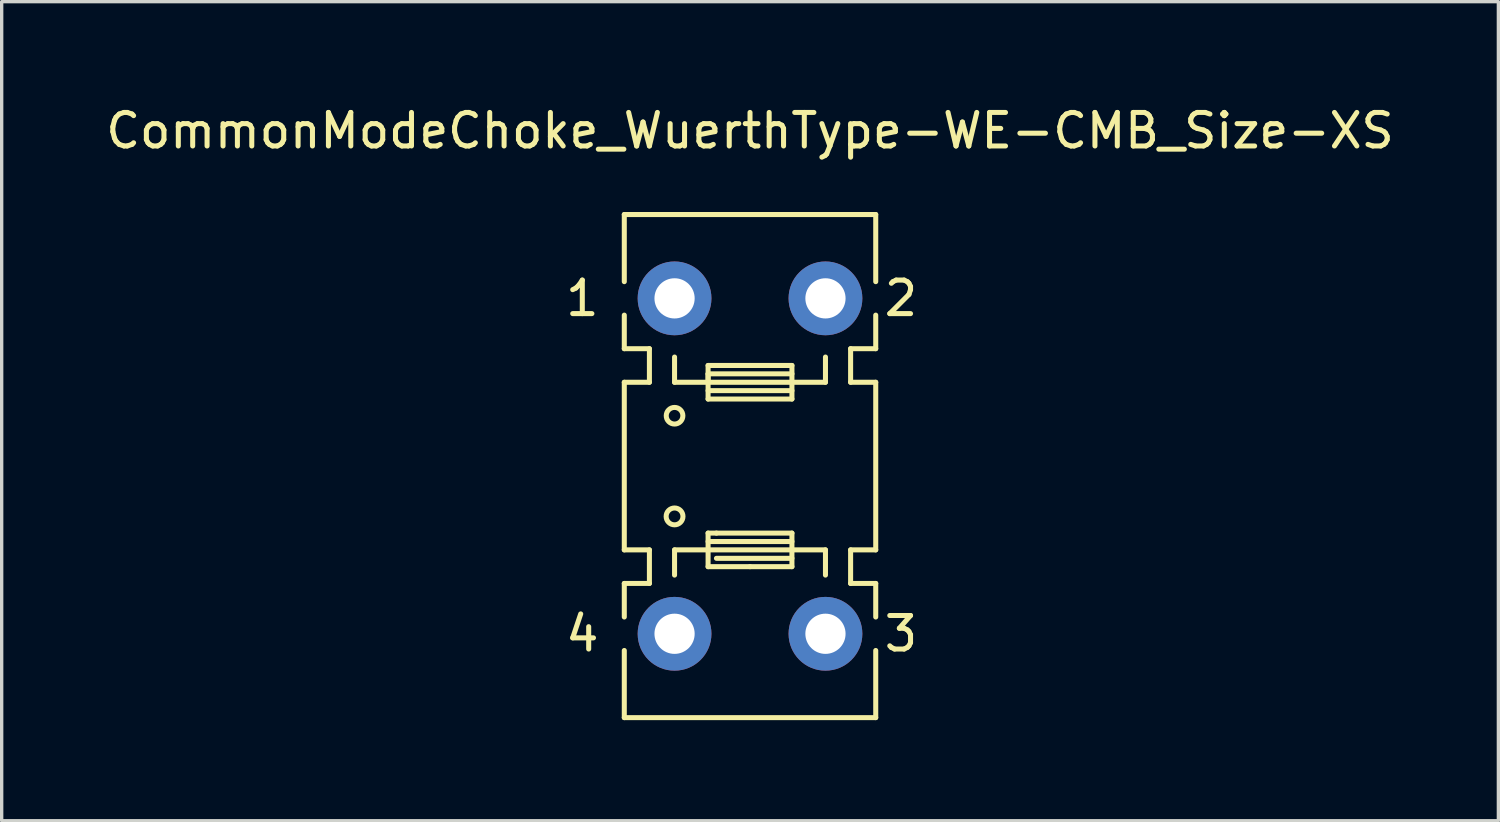
<source format=kicad_pcb>
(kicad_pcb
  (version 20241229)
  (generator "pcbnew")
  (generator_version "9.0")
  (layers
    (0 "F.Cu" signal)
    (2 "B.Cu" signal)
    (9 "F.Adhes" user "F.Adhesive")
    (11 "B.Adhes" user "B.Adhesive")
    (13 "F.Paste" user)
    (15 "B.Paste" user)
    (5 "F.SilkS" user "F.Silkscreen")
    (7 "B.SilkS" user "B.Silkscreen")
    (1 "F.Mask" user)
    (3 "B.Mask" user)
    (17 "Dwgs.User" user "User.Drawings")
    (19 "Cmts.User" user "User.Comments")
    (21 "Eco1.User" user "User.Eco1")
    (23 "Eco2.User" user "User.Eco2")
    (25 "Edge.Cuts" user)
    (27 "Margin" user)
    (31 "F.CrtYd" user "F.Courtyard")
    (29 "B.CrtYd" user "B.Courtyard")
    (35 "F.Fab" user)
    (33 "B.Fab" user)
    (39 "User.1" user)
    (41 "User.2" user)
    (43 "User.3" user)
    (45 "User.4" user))
  (footprint "CommonModeChoke_WuerthType-WE-CMB_Size-XS"
    (layer "F.Cu")
    (at 19.315 10.848)
    (property "Reference" "CommonModeChoke_WuerthType-WE-CMB_Size-XS" (at 0 -10 0) (layer "F.SilkS") (effects (font (size 1 1) (thickness 0.15))))
    (attr through_hole)
    (fp_line (start -3.749 -7.501) (end 0 -7.501) (stroke (width 0.15) (type solid)) (layer "F.SilkS"))
    (fp_line (start -3.749 -5.499) (end -3.749 -7.501) (stroke (width 0.15) (type solid)) (layer "F.SilkS"))
    (fp_line (start -3.749 -3.5) (end -3.749 -4.501) (stroke (width 0.15) (type solid)) (layer "F.SilkS"))
    (fp_line (start -3.749 -2.499) (end -3 -2.499) (stroke (width 0.15) (type solid)) (layer "F.SilkS"))
    (fp_line (start -3.749 2.499) (end -3.749 -2.499) (stroke (width 0.15) (type solid)) (layer "F.SilkS"))
    (fp_line (start -3.749 3.5) (end -3 3.5) (stroke (width 0.15) (type solid)) (layer "F.SilkS"))
    (fp_line (start -3.749 4.501) (end -3.749 3.5) (stroke (width 0.15) (type solid)) (layer "F.SilkS"))
    (fp_line (start -3.749 7.501) (end -3.749 5.499) (stroke (width 0.15) (type solid)) (layer "F.SilkS"))
    (fp_line (start -3 -3.5) (end -3.749 -3.5) (stroke (width 0.15) (type solid)) (layer "F.SilkS"))
    (fp_line (start -3 -2.499) (end -3 -3.5) (stroke (width 0.15) (type solid)) (layer "F.SilkS"))
    (fp_line (start -3 2.499) (end -3.749 2.499) (stroke (width 0.15) (type solid)) (layer "F.SilkS"))
    (fp_line (start -3 3.5) (end -3 2.499) (stroke (width 0.15) (type solid)) (layer "F.SilkS"))
    (fp_line (start -2.25 -2.499) (end -2.25 -3.251) (stroke (width 0.15) (type solid)) (layer "F.SilkS"))
    (fp_line (start -2.25 2.499) (end -2.25 3.251) (stroke (width 0.15) (type solid)) (layer "F.SilkS"))
    (fp_line (start -1.25 -3) (end 0 -3) (stroke (width 0.15) (type solid)) (layer "F.SilkS"))
    (fp_line (start -1.25 -2.751) (end -1.25 -2.499) (stroke (width 0.15) (type solid)) (layer "F.SilkS"))
    (fp_line (start -1.25 -2.499) (end -2.25 -2.499) (stroke (width 0.15) (type solid)) (layer "F.SilkS"))
    (fp_line (start -1.25 -2.25) (end 1.25 -2.25) (stroke (width 0.15) (type solid)) (layer "F.SilkS"))
    (fp_line (start -1.25 -1.999) (end -1.25 -3) (stroke (width 0.15) (type solid)) (layer "F.SilkS"))
    (fp_line (start -1.25 1.999) (end -1.25 3) (stroke (width 0.15) (type solid)) (layer "F.SilkS"))
    (fp_line (start -1.25 2.499) (end -2.25 2.499) (stroke (width 0.15) (type solid)) (layer "F.SilkS"))
    (fp_line (start -1.25 3) (end 0 3) (stroke (width 0.15) (type solid)) (layer "F.SilkS"))
    (fp_line (start -1.001 1.999) (end -1.25 1.999) (stroke (width 0.15) (type solid)) (layer "F.SilkS"))
    (fp_line (start 0 -7.501) (end 3.749 -7.501) (stroke (width 0.15) (type solid)) (layer "F.SilkS"))
    (fp_line (start 0 -3) (end 1.25 -3) (stroke (width 0.15) (type solid)) (layer "F.SilkS"))
    (fp_line (start 0 3) (end 1.25 3) (stroke (width 0.15) (type solid)) (layer "F.SilkS"))
    (fp_line (start 1.25 -3) (end 1.25 -1.999) (stroke (width 0.15) (type solid)) (layer "F.SilkS"))
    (fp_line (start 1.25 -2.751) (end -1.25 -2.751) (stroke (width 0.15) (type solid)) (layer "F.SilkS"))
    (fp_line (start 1.25 -2.499) (end -1.25 -2.499) (stroke (width 0.15) (type solid)) (layer "F.SilkS"))
    (fp_line (start 1.25 -2.499) (end 2.25 -2.499) (stroke (width 0.15) (type solid)) (layer "F.SilkS"))
    (fp_line (start 1.25 -1.999) (end -1.25 -1.999) (stroke (width 0.15) (type solid)) (layer "F.SilkS"))
    (fp_line (start 1.25 1.999) (end -1.001 1.999) (stroke (width 0.15) (type solid)) (layer "F.SilkS"))
    (fp_line (start 1.25 2.25) (end -1.25 2.25) (stroke (width 0.15) (type solid)) (layer "F.SilkS"))
    (fp_line (start 1.25 2.499) (end -1.25 2.499) (stroke (width 0.15) (type solid)) (layer "F.SilkS"))
    (fp_line (start 1.25 2.499) (end 2.25 2.499) (stroke (width 0.15) (type solid)) (layer "F.SilkS"))
    (fp_line (start 1.25 2.751) (end -1.001 2.751) (stroke (width 0.15) (type solid)) (layer "F.SilkS"))
    (fp_line (start 1.25 3) (end 1.25 1.999) (stroke (width 0.15) (type solid)) (layer "F.SilkS"))
    (fp_line (start 2.25 -2.499) (end 2.25 -3.251) (stroke (width 0.15) (type solid)) (layer "F.SilkS"))
    (fp_line (start 2.25 2.499) (end 2.25 3.251) (stroke (width 0.15) (type solid)) (layer "F.SilkS"))
    (fp_line (start 3 -3.5) (end 3 -2.499) (stroke (width 0.15) (type solid)) (layer "F.SilkS"))
    (fp_line (start 3 -2.499) (end 3.749 -2.499) (stroke (width 0.15) (type solid)) (layer "F.SilkS"))
    (fp_line (start 3 2.499) (end 3 3.5) (stroke (width 0.15) (type solid)) (layer "F.SilkS"))
    (fp_line (start 3 3.5) (end 3.749 3.5) (stroke (width 0.15) (type solid)) (layer "F.SilkS"))
    (fp_line (start 3.749 -7.501) (end 3.749 -5.499) (stroke (width 0.15) (type solid)) (layer "F.SilkS"))
    (fp_line (start 3.749 -4.501) (end 3.749 -3.5) (stroke (width 0.15) (type solid)) (layer "F.SilkS"))
    (fp_line (start 3.749 -3.5) (end 3 -3.5) (stroke (width 0.15) (type solid)) (layer "F.SilkS"))
    (fp_line (start 3.749 -2.499) (end 3.749 2.499) (stroke (width 0.15) (type solid)) (layer "F.SilkS"))
    (fp_line (start 3.749 2.499) (end 3 2.499) (stroke (width 0.15) (type solid)) (layer "F.SilkS"))
    (fp_line (start 3.749 3.5) (end 3.749 4.501) (stroke (width 0.15) (type solid)) (layer "F.SilkS"))
    (fp_line (start 3.749 5.499) (end 3.749 7.501) (stroke (width 0.15) (type solid)) (layer "F.SilkS"))
    (fp_line (start 3.749 7.501) (end -3.749 7.501) (stroke (width 0.15) (type solid)) (layer "F.SilkS"))
    (fp_circle (center -2.25 -1.501) (end -2.002 -1.501) (stroke (width 0.15) (type solid)) (fill no) (layer "F.SilkS"))
    (fp_circle (center -2.25 1.501) (end -2.25 1.25) (stroke (width 0.15) (type solid)) (fill no) (layer "F.SilkS"))
    (fp_text user "4" (at -5.001 5.001 0) (layer "F.SilkS") (effects (font (size 1 1) (thickness 0.15))))
    (fp_text user "2" (at 4.501 -5.001 0) (layer "F.SilkS") (effects (font (size 1 1) (thickness 0.15))))
    (fp_text user "1" (at -5.001 -5.001 0) (layer "F.SilkS") (effects (font (size 1 1) (thickness 0.15))))
    (fp_text user "3" (at 4.501 5.001 0) (layer "F.SilkS") (effects (font (size 1 1) (thickness 0.15))))
    (pad "1" thru_hole circle (at -2.25 -5.001) (size 2.2 2.2) (drill 1.199) (layers "*.Cu" "*.Mask"))
    (pad "2" thru_hole circle (at 2.25 -5.001) (size 2.2 2.2) (drill 1.199) (layers "*.Cu" "*.Mask"))
    (pad "3" thru_hole circle (at 2.25 5.001) (size 2.2 2.2) (drill 1.199) (layers "*.Cu" "*.Mask"))
    (pad "4" thru_hole circle (at -2.25 5.001) (size 2.2 2.2) (drill 1.199) (layers "*.Cu" "*.Mask")))
  (gr_rect
    (start -3 -3)
    (end 41.631 21.424)
    (stroke (width 0.1) (type default))
    (fill no)
    (layer "Edge.Cuts")))
</source>
